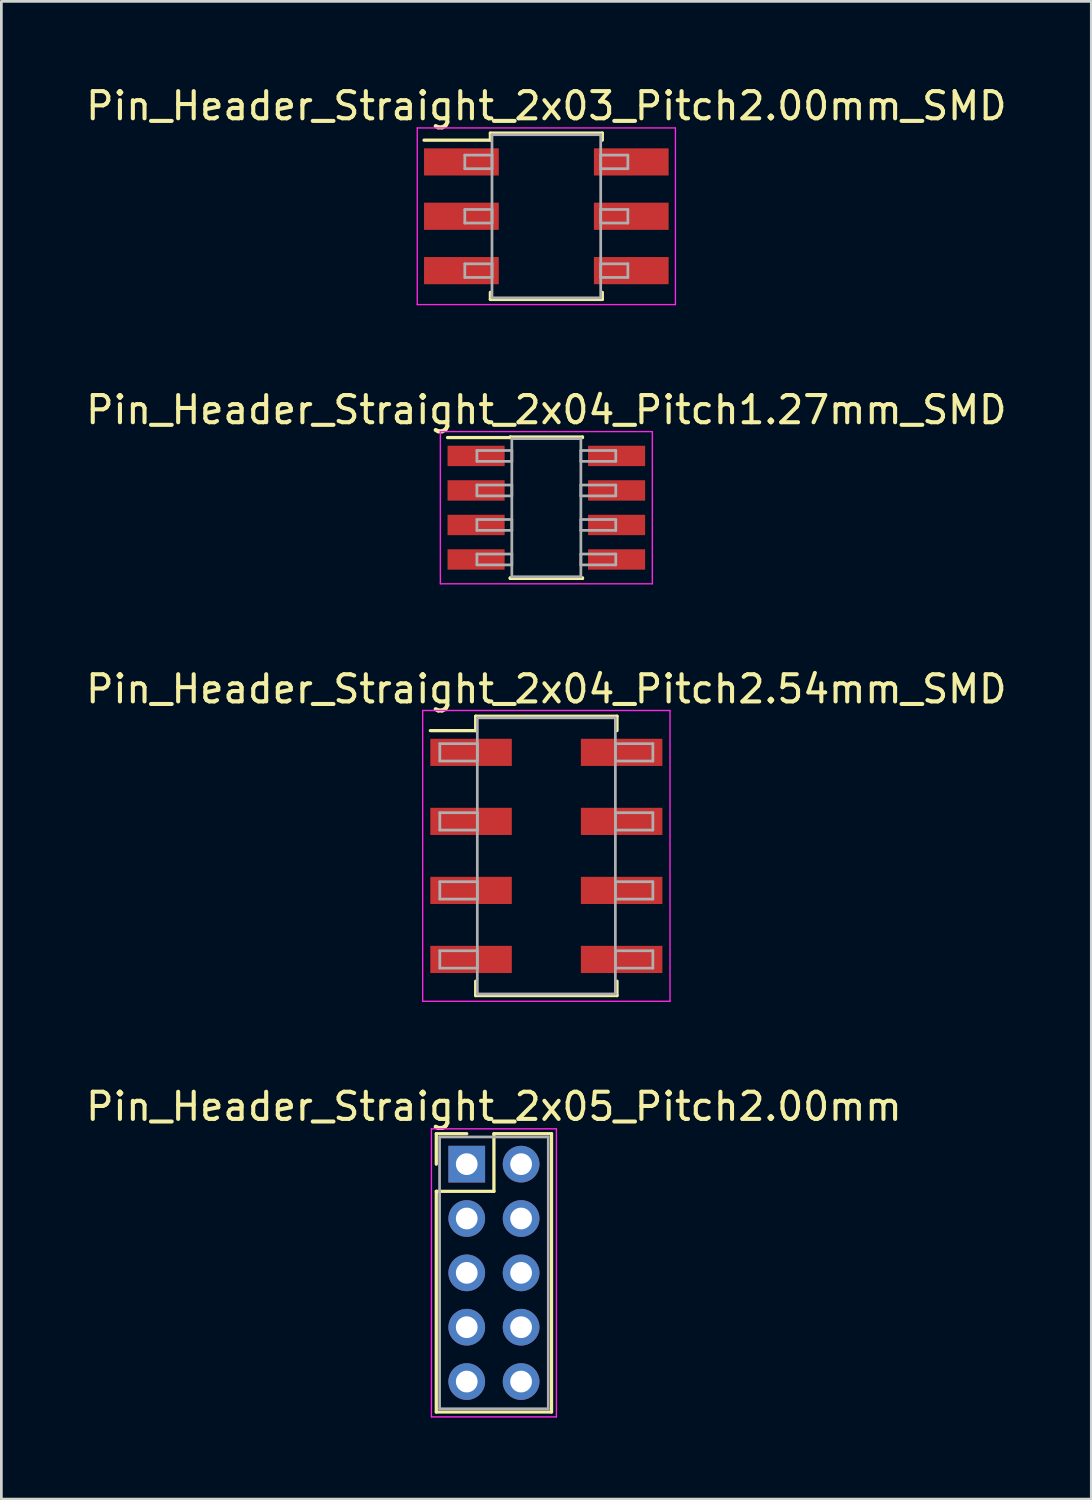
<source format=kicad_pcb>
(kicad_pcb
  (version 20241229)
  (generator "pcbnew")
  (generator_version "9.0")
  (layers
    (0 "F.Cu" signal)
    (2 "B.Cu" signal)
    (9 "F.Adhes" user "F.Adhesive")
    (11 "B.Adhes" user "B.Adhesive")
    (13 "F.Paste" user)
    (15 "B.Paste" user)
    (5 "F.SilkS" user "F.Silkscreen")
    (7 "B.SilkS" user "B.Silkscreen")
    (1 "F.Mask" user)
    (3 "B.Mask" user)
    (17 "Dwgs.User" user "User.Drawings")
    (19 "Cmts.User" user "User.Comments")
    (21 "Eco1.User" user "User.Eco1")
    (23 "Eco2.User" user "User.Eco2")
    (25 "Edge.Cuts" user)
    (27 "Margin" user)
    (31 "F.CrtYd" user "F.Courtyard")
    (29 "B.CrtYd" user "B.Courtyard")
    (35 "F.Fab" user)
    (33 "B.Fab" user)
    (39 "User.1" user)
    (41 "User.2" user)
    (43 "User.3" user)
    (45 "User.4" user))
  (footprint "Pin_Header_Straight_2x04_Pitch2.54mm_SMD"
    (layer "F.Cu")
    (at 17.054 28.445)
    (property "Reference" "Pin_Header_Straight_2x04_Pitch2.54mm_SMD" (at 0 -6.14 0) (layer "F.SilkS") (effects (font (size 1 1) (thickness 0.15))))
    (attr smd)
    (fp_line (start -4.27 -4.61) (end -2.6 -4.61) (stroke (width 0.12) (type solid)) (layer "F.SilkS"))
    (fp_line (start -2.6 -5.14) (end 2.6 -5.14) (stroke (width 0.12) (type solid)) (layer "F.SilkS"))
    (fp_line (start -2.6 -4.61) (end -2.6 -5.14) (stroke (width 0.12) (type solid)) (layer "F.SilkS"))
    (fp_line (start -2.6 4.61) (end -2.6 5.14) (stroke (width 0.12) (type solid)) (layer "F.SilkS"))
    (fp_line (start -2.6 5.14) (end 2.6 5.14) (stroke (width 0.12) (type solid)) (layer "F.SilkS"))
    (fp_line (start 2.6 -5.14) (end 2.6 -4.61) (stroke (width 0.12) (type solid)) (layer "F.SilkS"))
    (fp_line (start 2.6 5.14) (end 2.6 4.61) (stroke (width 0.12) (type solid)) (layer "F.SilkS"))
    (fp_line (start -4.55 -5.35) (end -4.55 5.35) (stroke (width 0.05) (type solid)) (layer "F.CrtYd"))
    (fp_line (start -4.55 5.35) (end 4.55 5.35) (stroke (width 0.05) (type solid)) (layer "F.CrtYd"))
    (fp_line (start 4.55 -5.35) (end -4.55 -5.35) (stroke (width 0.05) (type solid)) (layer "F.CrtYd"))
    (fp_line (start 4.55 5.35) (end 4.55 -5.35) (stroke (width 0.05) (type solid)) (layer "F.CrtYd"))
    (fp_line (start -3.92 -4.13) (end -2.54 -4.13) (stroke (width 0.1) (type solid)) (layer "F.Fab"))
    (fp_line (start -3.92 -3.49) (end -3.92 -4.13) (stroke (width 0.1) (type solid)) (layer "F.Fab"))
    (fp_line (start -3.92 -1.59) (end -2.54 -1.59) (stroke (width 0.1) (type solid)) (layer "F.Fab"))
    (fp_line (start -3.92 -0.95) (end -3.92 -1.59) (stroke (width 0.1) (type solid)) (layer "F.Fab"))
    (fp_line (start -3.92 0.95) (end -2.54 0.95) (stroke (width 0.1) (type solid)) (layer "F.Fab"))
    (fp_line (start -3.92 1.59) (end -3.92 0.95) (stroke (width 0.1) (type solid)) (layer "F.Fab"))
    (fp_line (start -3.92 3.49) (end -2.54 3.49) (stroke (width 0.1) (type solid)) (layer "F.Fab"))
    (fp_line (start -3.92 4.13) (end -3.92 3.49) (stroke (width 0.1) (type solid)) (layer "F.Fab"))
    (fp_line (start -2.54 -5.08) (end -2.54 5.08) (stroke (width 0.1) (type solid)) (layer "F.Fab"))
    (fp_line (start -2.54 -4.13) (end -2.54 -3.49) (stroke (width 0.1) (type solid)) (layer "F.Fab"))
    (fp_line (start -2.54 -3.49) (end -3.92 -3.49) (stroke (width 0.1) (type solid)) (layer "F.Fab"))
    (fp_line (start -2.54 -1.59) (end -2.54 -0.95) (stroke (width 0.1) (type solid)) (layer "F.Fab"))
    (fp_line (start -2.54 -0.95) (end -3.92 -0.95) (stroke (width 0.1) (type solid)) (layer "F.Fab"))
    (fp_line (start -2.54 0.95) (end -2.54 1.59) (stroke (width 0.1) (type solid)) (layer "F.Fab"))
    (fp_line (start -2.54 1.59) (end -3.92 1.59) (stroke (width 0.1) (type solid)) (layer "F.Fab"))
    (fp_line (start -2.54 3.49) (end -2.54 4.13) (stroke (width 0.1) (type solid)) (layer "F.Fab"))
    (fp_line (start -2.54 4.13) (end -3.92 4.13) (stroke (width 0.1) (type solid)) (layer "F.Fab"))
    (fp_line (start -2.54 5.08) (end 2.54 5.08) (stroke (width 0.1) (type solid)) (layer "F.Fab"))
    (fp_line (start 2.54 -5.08) (end -2.54 -5.08) (stroke (width 0.1) (type solid)) (layer "F.Fab"))
    (fp_line (start 2.54 -4.13) (end 2.54 -3.49) (stroke (width 0.1) (type solid)) (layer "F.Fab"))
    (fp_line (start 2.54 -3.49) (end 3.92 -3.49) (stroke (width 0.1) (type solid)) (layer "F.Fab"))
    (fp_line (start 2.54 -1.59) (end 2.54 -0.95) (stroke (width 0.1) (type solid)) (layer "F.Fab"))
    (fp_line (start 2.54 -0.95) (end 3.92 -0.95) (stroke (width 0.1) (type solid)) (layer "F.Fab"))
    (fp_line (start 2.54 0.95) (end 2.54 1.59) (stroke (width 0.1) (type solid)) (layer "F.Fab"))
    (fp_line (start 2.54 1.59) (end 3.92 1.59) (stroke (width 0.1) (type solid)) (layer "F.Fab"))
    (fp_line (start 2.54 3.49) (end 2.54 4.13) (stroke (width 0.1) (type solid)) (layer "F.Fab"))
    (fp_line (start 2.54 4.13) (end 3.92 4.13) (stroke (width 0.1) (type solid)) (layer "F.Fab"))
    (fp_line (start 2.54 5.08) (end 2.54 -5.08) (stroke (width 0.1) (type solid)) (layer "F.Fab"))
    (fp_line (start 3.92 -4.13) (end 2.54 -4.13) (stroke (width 0.1) (type solid)) (layer "F.Fab"))
    (fp_line (start 3.92 -3.49) (end 3.92 -4.13) (stroke (width 0.1) (type solid)) (layer "F.Fab"))
    (fp_line (start 3.92 -1.59) (end 2.54 -1.59) (stroke (width 0.1) (type solid)) (layer "F.Fab"))
    (fp_line (start 3.92 -0.95) (end 3.92 -1.59) (stroke (width 0.1) (type solid)) (layer "F.Fab"))
    (fp_line (start 3.92 0.95) (end 2.54 0.95) (stroke (width 0.1) (type solid)) (layer "F.Fab"))
    (fp_line (start 3.92 1.59) (end 3.92 0.95) (stroke (width 0.1) (type solid)) (layer "F.Fab"))
    (fp_line (start 3.92 3.49) (end 2.54 3.49) (stroke (width 0.1) (type solid)) (layer "F.Fab"))
    (fp_line (start 3.92 4.13) (end 3.92 3.49) (stroke (width 0.1) (type solid)) (layer "F.Fab"))
    (pad "1" smd rect (at -2.77 -3.81) (size 3 1) (layers "F.Cu" "F.Mask"))
    (pad "2" smd rect (at 2.77 -3.81) (size 3 1) (layers "F.Cu" "F.Mask"))
    (pad "3" smd rect (at -2.77 -1.27) (size 3 1) (layers "F.Cu" "F.Mask"))
    (pad "4" smd rect (at 2.77 -1.27) (size 3 1) (layers "F.Cu" "F.Mask"))
    (pad "5" smd rect (at -2.77 1.27) (size 3 1) (layers "F.Cu" "F.Mask"))
    (pad "6" smd rect (at 2.77 1.27) (size 3 1) (layers "F.Cu" "F.Mask"))
    (pad "7" smd rect (at -2.77 3.81) (size 3 1) (layers "F.Cu" "F.Mask"))
    (pad "8" smd rect (at 2.77 3.81) (size 3 1) (layers "F.Cu" "F.Mask")))
  (footprint "Pin_Header_Straight_2x04_Pitch1.27mm_SMD"
    (layer "F.Cu")
    (at 17.054 15.632)
    (property "Reference" "Pin_Header_Straight_2x04_Pitch1.27mm_SMD" (at 0 -3.6 0) (layer "F.SilkS") (effects (font (size 1 1) (thickness 0.15))))
    (attr smd)
    (fp_line (start -3.635 -2.58) (end -1.33 -2.58) (stroke (width 0.12) (type solid)) (layer "F.SilkS"))
    (fp_line (start -1.33 -2.6) (end 1.33 -2.6) (stroke (width 0.12) (type solid)) (layer "F.SilkS"))
    (fp_line (start -1.33 -2.58) (end -1.33 -2.6) (stroke (width 0.12) (type solid)) (layer "F.SilkS"))
    (fp_line (start -1.33 2.58) (end -1.33 2.6) (stroke (width 0.12) (type solid)) (layer "F.SilkS"))
    (fp_line (start -1.33 2.6) (end 1.33 2.6) (stroke (width 0.12) (type solid)) (layer "F.SilkS"))
    (fp_line (start 1.33 -2.6) (end 1.33 -2.58) (stroke (width 0.12) (type solid)) (layer "F.SilkS"))
    (fp_line (start 1.33 2.6) (end 1.33 2.58) (stroke (width 0.12) (type solid)) (layer "F.SilkS"))
    (fp_line (start -3.9 -2.8) (end -3.9 2.8) (stroke (width 0.05) (type solid)) (layer "F.CrtYd"))
    (fp_line (start -3.9 2.8) (end 3.9 2.8) (stroke (width 0.05) (type solid)) (layer "F.CrtYd"))
    (fp_line (start 3.9 -2.8) (end -3.9 -2.8) (stroke (width 0.05) (type solid)) (layer "F.CrtYd"))
    (fp_line (start 3.9 2.8) (end 3.9 -2.8) (stroke (width 0.05) (type solid)) (layer "F.CrtYd"))
    (fp_line (start -2.555 -2.105) (end -1.27 -2.105) (stroke (width 0.1) (type solid)) (layer "F.Fab"))
    (fp_line (start -2.555 -1.705) (end -2.555 -2.105) (stroke (width 0.1) (type solid)) (layer "F.Fab"))
    (fp_line (start -2.555 -0.835) (end -1.27 -0.835) (stroke (width 0.1) (type solid)) (layer "F.Fab"))
    (fp_line (start -2.555 -0.435) (end -2.555 -0.835) (stroke (width 0.1) (type solid)) (layer "F.Fab"))
    (fp_line (start -2.555 0.435) (end -1.27 0.435) (stroke (width 0.1) (type solid)) (layer "F.Fab"))
    (fp_line (start -2.555 0.835) (end -2.555 0.435) (stroke (width 0.1) (type solid)) (layer "F.Fab"))
    (fp_line (start -2.555 1.705) (end -1.27 1.705) (stroke (width 0.1) (type solid)) (layer "F.Fab"))
    (fp_line (start -2.555 2.105) (end -2.555 1.705) (stroke (width 0.1) (type solid)) (layer "F.Fab"))
    (fp_line (start -1.27 -2.54) (end -1.27 2.54) (stroke (width 0.1) (type solid)) (layer "F.Fab"))
    (fp_line (start -1.27 -2.105) (end -1.27 -1.705) (stroke (width 0.1) (type solid)) (layer "F.Fab"))
    (fp_line (start -1.27 -1.705) (end -2.555 -1.705) (stroke (width 0.1) (type solid)) (layer "F.Fab"))
    (fp_line (start -1.27 -0.835) (end -1.27 -0.435) (stroke (width 0.1) (type solid)) (layer "F.Fab"))
    (fp_line (start -1.27 -0.435) (end -2.555 -0.435) (stroke (width 0.1) (type solid)) (layer "F.Fab"))
    (fp_line (start -1.27 0.435) (end -1.27 0.835) (stroke (width 0.1) (type solid)) (layer "F.Fab"))
    (fp_line (start -1.27 0.835) (end -2.555 0.835) (stroke (width 0.1) (type solid)) (layer "F.Fab"))
    (fp_line (start -1.27 1.705) (end -1.27 2.105) (stroke (width 0.1) (type solid)) (layer "F.Fab"))
    (fp_line (start -1.27 2.105) (end -2.555 2.105) (stroke (width 0.1) (type solid)) (layer "F.Fab"))
    (fp_line (start -1.27 2.54) (end 1.27 2.54) (stroke (width 0.1) (type solid)) (layer "F.Fab"))
    (fp_line (start 1.27 -2.54) (end -1.27 -2.54) (stroke (width 0.1) (type solid)) (layer "F.Fab"))
    (fp_line (start 1.27 -2.105) (end 1.27 -1.705) (stroke (width 0.1) (type solid)) (layer "F.Fab"))
    (fp_line (start 1.27 -1.705) (end 2.555 -1.705) (stroke (width 0.1) (type solid)) (layer "F.Fab"))
    (fp_line (start 1.27 -0.835) (end 1.27 -0.435) (stroke (width 0.1) (type solid)) (layer "F.Fab"))
    (fp_line (start 1.27 -0.435) (end 2.555 -0.435) (stroke (width 0.1) (type solid)) (layer "F.Fab"))
    (fp_line (start 1.27 0.435) (end 1.27 0.835) (stroke (width 0.1) (type solid)) (layer "F.Fab"))
    (fp_line (start 1.27 0.835) (end 2.555 0.835) (stroke (width 0.1) (type solid)) (layer "F.Fab"))
    (fp_line (start 1.27 1.705) (end 1.27 2.105) (stroke (width 0.1) (type solid)) (layer "F.Fab"))
    (fp_line (start 1.27 2.105) (end 2.555 2.105) (stroke (width 0.1) (type solid)) (layer "F.Fab"))
    (fp_line (start 1.27 2.54) (end 1.27 -2.54) (stroke (width 0.1) (type solid)) (layer "F.Fab"))
    (fp_line (start 2.555 -2.105) (end 1.27 -2.105) (stroke (width 0.1) (type solid)) (layer "F.Fab"))
    (fp_line (start 2.555 -1.705) (end 2.555 -2.105) (stroke (width 0.1) (type solid)) (layer "F.Fab"))
    (fp_line (start 2.555 -0.835) (end 1.27 -0.835) (stroke (width 0.1) (type solid)) (layer "F.Fab"))
    (fp_line (start 2.555 -0.435) (end 2.555 -0.835) (stroke (width 0.1) (type solid)) (layer "F.Fab"))
    (fp_line (start 2.555 0.435) (end 1.27 0.435) (stroke (width 0.1) (type solid)) (layer "F.Fab"))
    (fp_line (start 2.555 0.835) (end 2.555 0.435) (stroke (width 0.1) (type solid)) (layer "F.Fab"))
    (fp_line (start 2.555 1.705) (end 1.27 1.705) (stroke (width 0.1) (type solid)) (layer "F.Fab"))
    (fp_line (start 2.555 2.105) (end 2.555 1.705) (stroke (width 0.1) (type solid)) (layer "F.Fab"))
    (pad "1" smd rect (at -2.585 -1.905) (size 2.1 0.75) (layers "F.Cu" "F.Mask"))
    (pad "2" smd rect (at 2.585 -1.905) (size 2.1 0.75) (layers "F.Cu" "F.Mask"))
    (pad "3" smd rect (at -2.585 -0.635) (size 2.1 0.75) (layers "F.Cu" "F.Mask"))
    (pad "4" smd rect (at 2.585 -0.635) (size 2.1 0.75) (layers "F.Cu" "F.Mask"))
    (pad "5" smd rect (at -2.585 0.635) (size 2.1 0.75) (layers "F.Cu" "F.Mask"))
    (pad "6" smd rect (at 2.585 0.635) (size 2.1 0.75) (layers "F.Cu" "F.Mask"))
    (pad "7" smd rect (at -2.585 1.905) (size 2.1 0.75) (layers "F.Cu" "F.Mask"))
    (pad "8" smd rect (at 2.585 1.905) (size 2.1 0.75) (layers "F.Cu" "F.Mask")))
  (footprint "Pin_Header_Straight_2x03_Pitch2.00mm_SMD"
    (layer "F.Cu")
    (at 17.054 4.908)
    (property "Reference" "Pin_Header_Straight_2x03_Pitch2.00mm_SMD" (at 0 -4.06 0) (layer "F.SilkS") (effects (font (size 1 1) (thickness 0.15))))
    (attr smd)
    (fp_line (start -4.5 -2.8) (end -2.06 -2.8) (stroke (width 0.12) (type solid)) (layer "F.SilkS"))
    (fp_line (start -2.06 -3.06) (end 2.06 -3.06) (stroke (width 0.12) (type solid)) (layer "F.SilkS"))
    (fp_line (start -2.06 -2.8) (end -2.06 -3.06) (stroke (width 0.12) (type solid)) (layer "F.SilkS"))
    (fp_line (start -2.06 2.8) (end -2.06 3.06) (stroke (width 0.12) (type solid)) (layer "F.SilkS"))
    (fp_line (start -2.06 3.06) (end 2.06 3.06) (stroke (width 0.12) (type solid)) (layer "F.SilkS"))
    (fp_line (start 2.06 -3.06) (end 2.06 -2.8) (stroke (width 0.12) (type solid)) (layer "F.SilkS"))
    (fp_line (start 2.06 3.06) (end 2.06 2.8) (stroke (width 0.12) (type solid)) (layer "F.SilkS"))
    (fp_line (start -4.75 -3.25) (end -4.75 3.25) (stroke (width 0.05) (type solid)) (layer "F.CrtYd"))
    (fp_line (start -4.75 3.25) (end 4.75 3.25) (stroke (width 0.05) (type solid)) (layer "F.CrtYd"))
    (fp_line (start 4.75 -3.25) (end -4.75 -3.25) (stroke (width 0.05) (type solid)) (layer "F.CrtYd"))
    (fp_line (start 4.75 3.25) (end 4.75 -3.25) (stroke (width 0.05) (type solid)) (layer "F.CrtYd"))
    (fp_line (start -3 -2.25) (end -2 -2.25) (stroke (width 0.1) (type solid)) (layer "F.Fab"))
    (fp_line (start -3 -1.75) (end -3 -2.25) (stroke (width 0.1) (type solid)) (layer "F.Fab"))
    (fp_line (start -3 -0.25) (end -2 -0.25) (stroke (width 0.1) (type solid)) (layer "F.Fab"))
    (fp_line (start -3 0.25) (end -3 -0.25) (stroke (width 0.1) (type solid)) (layer "F.Fab"))
    (fp_line (start -3 1.75) (end -2 1.75) (stroke (width 0.1) (type solid)) (layer "F.Fab"))
    (fp_line (start -3 2.25) (end -3 1.75) (stroke (width 0.1) (type solid)) (layer "F.Fab"))
    (fp_line (start -2 -3) (end -2 3) (stroke (width 0.1) (type solid)) (layer "F.Fab"))
    (fp_line (start -2 -2.25) (end -2 -1.75) (stroke (width 0.1) (type solid)) (layer "F.Fab"))
    (fp_line (start -2 -1.75) (end -3 -1.75) (stroke (width 0.1) (type solid)) (layer "F.Fab"))
    (fp_line (start -2 -0.25) (end -2 0.25) (stroke (width 0.1) (type solid)) (layer "F.Fab"))
    (fp_line (start -2 0.25) (end -3 0.25) (stroke (width 0.1) (type solid)) (layer "F.Fab"))
    (fp_line (start -2 1.75) (end -2 2.25) (stroke (width 0.1) (type solid)) (layer "F.Fab"))
    (fp_line (start -2 2.25) (end -3 2.25) (stroke (width 0.1) (type solid)) (layer "F.Fab"))
    (fp_line (start -2 3) (end 2 3) (stroke (width 0.1) (type solid)) (layer "F.Fab"))
    (fp_line (start 2 -3) (end -2 -3) (stroke (width 0.1) (type solid)) (layer "F.Fab"))
    (fp_line (start 2 -2.25) (end 2 -1.75) (stroke (width 0.1) (type solid)) (layer "F.Fab"))
    (fp_line (start 2 -1.75) (end 3 -1.75) (stroke (width 0.1) (type solid)) (layer "F.Fab"))
    (fp_line (start 2 -0.25) (end 2 0.25) (stroke (width 0.1) (type solid)) (layer "F.Fab"))
    (fp_line (start 2 0.25) (end 3 0.25) (stroke (width 0.1) (type solid)) (layer "F.Fab"))
    (fp_line (start 2 1.75) (end 2 2.25) (stroke (width 0.1) (type solid)) (layer "F.Fab"))
    (fp_line (start 2 2.25) (end 3 2.25) (stroke (width 0.1) (type solid)) (layer "F.Fab"))
    (fp_line (start 2 3) (end 2 -3) (stroke (width 0.1) (type solid)) (layer "F.Fab"))
    (fp_line (start 3 -2.25) (end 2 -2.25) (stroke (width 0.1) (type solid)) (layer "F.Fab"))
    (fp_line (start 3 -1.75) (end 3 -2.25) (stroke (width 0.1) (type solid)) (layer "F.Fab"))
    (fp_line (start 3 -0.25) (end 2 -0.25) (stroke (width 0.1) (type solid)) (layer "F.Fab"))
    (fp_line (start 3 0.25) (end 3 -0.25) (stroke (width 0.1) (type solid)) (layer "F.Fab"))
    (fp_line (start 3 1.75) (end 2 1.75) (stroke (width 0.1) (type solid)) (layer "F.Fab"))
    (fp_line (start 3 2.25) (end 3 1.75) (stroke (width 0.1) (type solid)) (layer "F.Fab"))
    (pad "1" smd rect (at -3.125 -2) (size 2.75 1) (layers "F.Cu" "F.Mask"))
    (pad "2" smd rect (at 3.125 -2) (size 2.75 1) (layers "F.Cu" "F.Mask"))
    (pad "3" smd rect (at -3.125 0) (size 2.75 1) (layers "F.Cu" "F.Mask"))
    (pad "4" smd rect (at 3.125 0) (size 2.75 1) (layers "F.Cu" "F.Mask"))
    (pad "5" smd rect (at -3.125 2) (size 2.75 1) (layers "F.Cu" "F.Mask"))
    (pad "6" smd rect (at 3.125 2) (size 2.75 1) (layers "F.Cu" "F.Mask")))
  (footprint "Pin_Header_Straight_2x05_Pitch2.00mm"
    (layer "F.Cu")
    (at 14.125 39.788)
    (property "Reference" "Pin_Header_Straight_2x05_Pitch2.00mm" (at 1 -2.12 0) (layer "F.SilkS") (effects (font (size 1 1) (thickness 0.15))))
    (attr through_hole)
    (fp_line (start -1.12 -1.12) (end 0 -1.12) (stroke (width 0.12) (type solid)) (layer "F.SilkS"))
    (fp_line (start -1.12 0) (end -1.12 -1.12) (stroke (width 0.12) (type solid)) (layer "F.SilkS"))
    (fp_line (start -1.12 1) (end -1.12 9.12) (stroke (width 0.12) (type solid)) (layer "F.SilkS"))
    (fp_line (start -1.12 9.12) (end 3.12 9.12) (stroke (width 0.12) (type solid)) (layer "F.SilkS"))
    (fp_line (start 1 -1.12) (end 1 1) (stroke (width 0.12) (type solid)) (layer "F.SilkS"))
    (fp_line (start 1 1) (end -1.12 1) (stroke (width 0.12) (type solid)) (layer "F.SilkS"))
    (fp_line (start 3.12 -1.12) (end 1 -1.12) (stroke (width 0.12) (type solid)) (layer "F.SilkS"))
    (fp_line (start 3.12 9.12) (end 3.12 -1.12) (stroke (width 0.12) (type solid)) (layer "F.SilkS"))
    (fp_line (start -1.3 -1.3) (end -1.3 9.3) (stroke (width 0.05) (type solid)) (layer "F.CrtYd"))
    (fp_line (start -1.3 9.3) (end 3.3 9.3) (stroke (width 0.05) (type solid)) (layer "F.CrtYd"))
    (fp_line (start 3.3 -1.3) (end -1.3 -1.3) (stroke (width 0.05) (type solid)) (layer "F.CrtYd"))
    (fp_line (start 3.3 9.3) (end 3.3 -1.3) (stroke (width 0.05) (type solid)) (layer "F.CrtYd"))
    (fp_line (start -1 -1) (end -1 9) (stroke (width 0.1) (type solid)) (layer "F.Fab"))
    (fp_line (start -1 9) (end 3 9) (stroke (width 0.1) (type solid)) (layer "F.Fab"))
    (fp_line (start 3 -1) (end -1 -1) (stroke (width 0.1) (type solid)) (layer "F.Fab"))
    (fp_line (start 3 9) (end 3 -1) (stroke (width 0.1) (type solid)) (layer "F.Fab"))
    (pad "1" thru_hole rect (at 0 0) (size 1.35 1.35) (drill 0.8) (layers "*.Cu" "*.Mask"))
    (pad "2" thru_hole oval (at 2 0) (size 1.35 1.35) (drill 0.8) (layers "*.Cu" "*.Mask"))
    (pad "3" thru_hole oval (at 0 2) (size 1.35 1.35) (drill 0.8) (layers "*.Cu" "*.Mask"))
    (pad "4" thru_hole oval (at 2 2) (size 1.35 1.35) (drill 0.8) (layers "*.Cu" "*.Mask"))
    (pad "5" thru_hole oval (at 0 4) (size 1.35 1.35) (drill 0.8) (layers "*.Cu" "*.Mask"))
    (pad "6" thru_hole oval (at 2 4) (size 1.35 1.35) (drill 0.8) (layers "*.Cu" "*.Mask"))
    (pad "7" thru_hole oval (at 0 6) (size 1.35 1.35) (drill 0.8) (layers "*.Cu" "*.Mask"))
    (pad "8" thru_hole oval (at 2 6) (size 1.35 1.35) (drill 0.8) (layers "*.Cu" "*.Mask"))
    (pad "9" thru_hole oval (at 0 8) (size 1.35 1.35) (drill 0.8) (layers "*.Cu" "*.Mask"))
    (pad "10" thru_hole oval (at 2 8) (size 1.35 1.35) (drill 0.8) (layers "*.Cu" "*.Mask")))
  (gr_rect
    (start -3 -3)
    (end 37.107 52.113)
    (stroke (width 0.1) (type default))
    (fill no)
    (layer "Edge.Cuts")))
</source>
